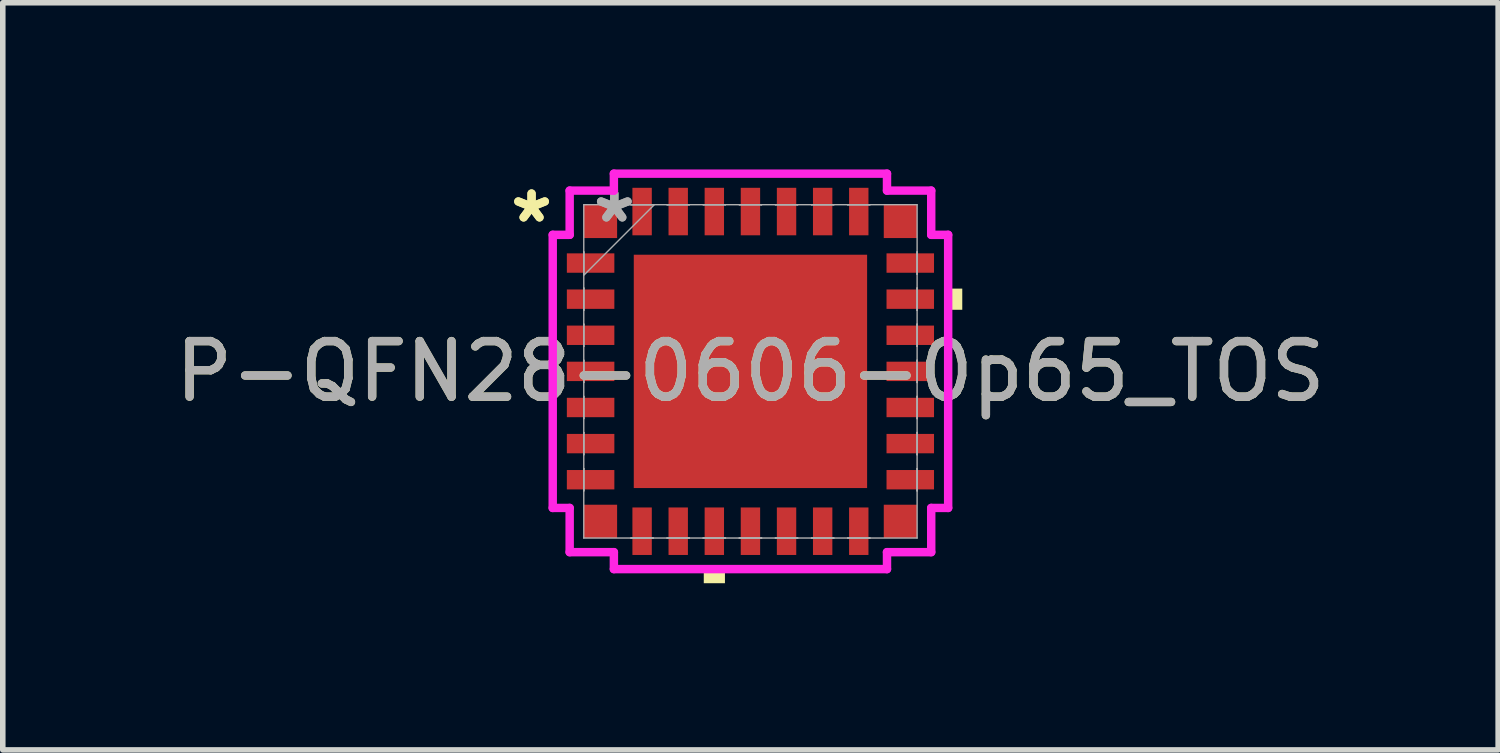
<source format=kicad_pcb>
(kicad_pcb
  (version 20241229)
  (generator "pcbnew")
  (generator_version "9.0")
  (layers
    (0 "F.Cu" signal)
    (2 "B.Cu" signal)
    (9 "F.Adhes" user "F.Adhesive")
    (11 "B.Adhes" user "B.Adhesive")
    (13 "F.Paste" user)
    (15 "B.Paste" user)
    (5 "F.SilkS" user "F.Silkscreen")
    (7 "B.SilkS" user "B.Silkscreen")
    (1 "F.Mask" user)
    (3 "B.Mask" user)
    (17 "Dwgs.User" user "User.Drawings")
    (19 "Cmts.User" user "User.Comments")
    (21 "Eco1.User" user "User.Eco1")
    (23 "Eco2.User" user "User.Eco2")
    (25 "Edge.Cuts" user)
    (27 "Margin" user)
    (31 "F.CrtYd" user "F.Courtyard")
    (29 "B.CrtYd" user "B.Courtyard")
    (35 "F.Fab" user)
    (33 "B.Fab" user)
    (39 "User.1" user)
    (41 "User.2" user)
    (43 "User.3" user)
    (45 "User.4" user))
  (footprint "P-QFN28-0606-0p65_TOS"
    (layer "F.Cu")
    (at 10.458 3.635)
    (property "Reference" "P-QFN28-0606-0p65_TOS" (at 0 0 0) (unlocked yes) (layer "F.SilkS") (effects (font (size 1 1) (thickness 0.15))))
    (attr smd)
    (fp_poly (pts (xy -0.84 3.559) (xy -0.84 3.813) (xy -0.459 3.813) (xy -0.459 3.559)) (stroke (width 0) (type solid)) (fill yes) (layer "F.SilkS"))
    (fp_poly (pts (xy 3.813 -1.49) (xy 3.813 -1.109) (xy 3.559 -1.109) (xy 3.559 -1.49)) (stroke (width 0) (type solid)) (fill yes) (layer "F.SilkS"))
    (fp_poly (pts (xy -2 -2) (xy -2 -0.8) (xy -0.8 -0.8) (xy -0.8 -2)) (stroke (width 0) (type solid)) (fill yes) (layer "F.Paste"))
    (fp_poly (pts (xy -2 -0.6) (xy -2 0.6) (xy -0.8 0.6) (xy -0.8 -0.6)) (stroke (width 0) (type solid)) (fill yes) (layer "F.Paste"))
    (fp_poly (pts (xy -2 0.8) (xy -2 2) (xy -0.8 2) (xy -0.8 0.8)) (stroke (width 0) (type solid)) (fill yes) (layer "F.Paste"))
    (fp_poly (pts (xy -0.6 -2) (xy -0.6 -0.8) (xy 0.6 -0.8) (xy 0.6 -2)) (stroke (width 0) (type solid)) (fill yes) (layer "F.Paste"))
    (fp_poly (pts (xy -0.6 -0.6) (xy -0.6 0.6) (xy 0.6 0.6) (xy 0.6 -0.6)) (stroke (width 0) (type solid)) (fill yes) (layer "F.Paste"))
    (fp_poly (pts (xy -0.6 0.8) (xy -0.6 2) (xy 0.6 2) (xy 0.6 0.8)) (stroke (width 0) (type solid)) (fill yes) (layer "F.Paste"))
    (fp_poly (pts (xy 0.8 -2) (xy 0.8 -0.8) (xy 2 -0.8) (xy 2 -2)) (stroke (width 0) (type solid)) (fill yes) (layer "F.Paste"))
    (fp_poly (pts (xy 0.8 -0.6) (xy 0.8 0.6) (xy 2 0.6) (xy 2 -0.6)) (stroke (width 0) (type solid)) (fill yes) (layer "F.Paste"))
    (fp_poly (pts (xy 0.8 0.8) (xy 0.8 2) (xy 2 2) (xy 2 0.8)) (stroke (width 0) (type solid)) (fill yes) (layer "F.Paste"))
    (fp_line (start -3.559 -2.458) (end -3.254 -2.458) (stroke (width 0.152) (type solid)) (layer "F.CrtYd"))
    (fp_line (start -3.559 2.458) (end -3.559 -2.458) (stroke (width 0.152) (type solid)) (layer "F.CrtYd"))
    (fp_line (start -3.559 2.458) (end -3.254 2.458) (stroke (width 0.152) (type solid)) (layer "F.CrtYd"))
    (fp_line (start -3.254 -3.254) (end -2.458 -3.254) (stroke (width 0.152) (type solid)) (layer "F.CrtYd"))
    (fp_line (start -3.254 -2.458) (end -3.254 -3.254) (stroke (width 0.152) (type solid)) (layer "F.CrtYd"))
    (fp_line (start -3.254 3.254) (end -3.254 2.458) (stroke (width 0.152) (type solid)) (layer "F.CrtYd"))
    (fp_line (start -2.458 -3.559) (end 2.458 -3.559) (stroke (width 0.152) (type solid)) (layer "F.CrtYd"))
    (fp_line (start -2.458 -3.254) (end -2.458 -3.559) (stroke (width 0.152) (type solid)) (layer "F.CrtYd"))
    (fp_line (start -2.458 3.254) (end -3.254 3.254) (stroke (width 0.152) (type solid)) (layer "F.CrtYd"))
    (fp_line (start -2.458 3.559) (end -2.458 3.254) (stroke (width 0.152) (type solid)) (layer "F.CrtYd"))
    (fp_line (start 2.458 -3.559) (end 2.458 -3.254) (stroke (width 0.152) (type solid)) (layer "F.CrtYd"))
    (fp_line (start 2.458 -3.254) (end 3.254 -3.254) (stroke (width 0.152) (type solid)) (layer "F.CrtYd"))
    (fp_line (start 2.458 3.254) (end 2.458 3.559) (stroke (width 0.152) (type solid)) (layer "F.CrtYd"))
    (fp_line (start 2.458 3.559) (end -2.458 3.559) (stroke (width 0.152) (type solid)) (layer "F.CrtYd"))
    (fp_line (start 3.254 -3.254) (end 3.254 -2.458) (stroke (width 0.152) (type solid)) (layer "F.CrtYd"))
    (fp_line (start 3.254 -2.458) (end 3.559 -2.458) (stroke (width 0.152) (type solid)) (layer "F.CrtYd"))
    (fp_line (start 3.254 2.458) (end 3.254 3.254) (stroke (width 0.152) (type solid)) (layer "F.CrtYd"))
    (fp_line (start 3.254 3.254) (end 2.458 3.254) (stroke (width 0.152) (type solid)) (layer "F.CrtYd"))
    (fp_line (start 3.559 -2.458) (end 3.559 2.458) (stroke (width 0.152) (type solid)) (layer "F.CrtYd"))
    (fp_line (start 3.559 2.458) (end 3.254 2.458) (stroke (width 0.152) (type solid)) (layer "F.CrtYd"))
    (fp_line (start -3 -3) (end -3 3) (stroke (width 0.025) (type solid)) (layer "F.Fab"))
    (fp_line (start -3 -2.15) (end -3 -2.15) (stroke (width 0.025) (type solid)) (layer "F.Fab"))
    (fp_line (start -3 -2.15) (end -3 -1.75) (stroke (width 0.025) (type solid)) (layer "F.Fab"))
    (fp_line (start -3 -1.75) (end -3 -2.15) (stroke (width 0.025) (type solid)) (layer "F.Fab"))
    (fp_line (start -3 -1.75) (end -3 -1.75) (stroke (width 0.025) (type solid)) (layer "F.Fab"))
    (fp_line (start -3 -1.73) (end -1.73 -3) (stroke (width 0.025) (type solid)) (layer "F.Fab"))
    (fp_line (start -3 -1.5) (end -3 -1.5) (stroke (width 0.025) (type solid)) (layer "F.Fab"))
    (fp_line (start -3 -1.5) (end -3 -1.1) (stroke (width 0.025) (type solid)) (layer "F.Fab"))
    (fp_line (start -3 -1.1) (end -3 -1.5) (stroke (width 0.025) (type solid)) (layer "F.Fab"))
    (fp_line (start -3 -1.1) (end -3 -1.1) (stroke (width 0.025) (type solid)) (layer "F.Fab"))
    (fp_line (start -3 -0.85) (end -3 -0.85) (stroke (width 0.025) (type solid)) (layer "F.Fab"))
    (fp_line (start -3 -0.85) (end -3 -0.45) (stroke (width 0.025) (type solid)) (layer "F.Fab"))
    (fp_line (start -3 -0.45) (end -3 -0.85) (stroke (width 0.025) (type solid)) (layer "F.Fab"))
    (fp_line (start -3 -0.45) (end -3 -0.45) (stroke (width 0.025) (type solid)) (layer "F.Fab"))
    (fp_line (start -3 -0.2) (end -3 -0.2) (stroke (width 0.025) (type solid)) (layer "F.Fab"))
    (fp_line (start -3 -0.2) (end -3 0.2) (stroke (width 0.025) (type solid)) (layer "F.Fab"))
    (fp_line (start -3 0.2) (end -3 -0.2) (stroke (width 0.025) (type solid)) (layer "F.Fab"))
    (fp_line (start -3 0.2) (end -3 0.2) (stroke (width 0.025) (type solid)) (layer "F.Fab"))
    (fp_line (start -3 0.45) (end -3 0.45) (stroke (width 0.025) (type solid)) (layer "F.Fab"))
    (fp_line (start -3 0.45) (end -3 0.85) (stroke (width 0.025) (type solid)) (layer "F.Fab"))
    (fp_line (start -3 0.85) (end -3 0.45) (stroke (width 0.025) (type solid)) (layer "F.Fab"))
    (fp_line (start -3 0.85) (end -3 0.85) (stroke (width 0.025) (type solid)) (layer "F.Fab"))
    (fp_line (start -3 1.1) (end -3 1.1) (stroke (width 0.025) (type solid)) (layer "F.Fab"))
    (fp_line (start -3 1.1) (end -3 1.5) (stroke (width 0.025) (type solid)) (layer "F.Fab"))
    (fp_line (start -3 1.5) (end -3 1.1) (stroke (width 0.025) (type solid)) (layer "F.Fab"))
    (fp_line (start -3 1.5) (end -3 1.5) (stroke (width 0.025) (type solid)) (layer "F.Fab"))
    (fp_line (start -3 1.75) (end -3 1.75) (stroke (width 0.025) (type solid)) (layer "F.Fab"))
    (fp_line (start -3 1.75) (end -3 2.15) (stroke (width 0.025) (type solid)) (layer "F.Fab"))
    (fp_line (start -3 2.15) (end -3 1.75) (stroke (width 0.025) (type solid)) (layer "F.Fab"))
    (fp_line (start -3 2.15) (end -3 2.15) (stroke (width 0.025) (type solid)) (layer "F.Fab"))
    (fp_line (start -3 3) (end 3 3) (stroke (width 0.025) (type solid)) (layer "F.Fab"))
    (fp_line (start -2.15 -3) (end -2.15 -3) (stroke (width 0.025) (type solid)) (layer "F.Fab"))
    (fp_line (start -2.15 -3) (end -1.75 -3) (stroke (width 0.025) (type solid)) (layer "F.Fab"))
    (fp_line (start -2.15 3) (end -2.15 3) (stroke (width 0.025) (type solid)) (layer "F.Fab"))
    (fp_line (start -2.15 3) (end -1.75 3) (stroke (width 0.025) (type solid)) (layer "F.Fab"))
    (fp_line (start -1.75 -3) (end -2.15 -3) (stroke (width 0.025) (type solid)) (layer "F.Fab"))
    (fp_line (start -1.75 -3) (end -1.75 -3) (stroke (width 0.025) (type solid)) (layer "F.Fab"))
    (fp_line (start -1.75 3) (end -2.15 3) (stroke (width 0.025) (type solid)) (layer "F.Fab"))
    (fp_line (start -1.75 3) (end -1.75 3) (stroke (width 0.025) (type solid)) (layer "F.Fab"))
    (fp_line (start -1.5 -3) (end -1.5 -3) (stroke (width 0.025) (type solid)) (layer "F.Fab"))
    (fp_line (start -1.5 -3) (end -1.1 -3) (stroke (width 0.025) (type solid)) (layer "F.Fab"))
    (fp_line (start -1.5 3) (end -1.5 3) (stroke (width 0.025) (type solid)) (layer "F.Fab"))
    (fp_line (start -1.5 3) (end -1.1 3) (stroke (width 0.025) (type solid)) (layer "F.Fab"))
    (fp_line (start -1.1 -3) (end -1.5 -3) (stroke (width 0.025) (type solid)) (layer "F.Fab"))
    (fp_line (start -1.1 -3) (end -1.1 -3) (stroke (width 0.025) (type solid)) (layer "F.Fab"))
    (fp_line (start -1.1 3) (end -1.5 3) (stroke (width 0.025) (type solid)) (layer "F.Fab"))
    (fp_line (start -1.1 3) (end -1.1 3) (stroke (width 0.025) (type solid)) (layer "F.Fab"))
    (fp_line (start -0.85 -3) (end -0.85 -3) (stroke (width 0.025) (type solid)) (layer "F.Fab"))
    (fp_line (start -0.85 -3) (end -0.45 -3) (stroke (width 0.025) (type solid)) (layer "F.Fab"))
    (fp_line (start -0.85 3) (end -0.85 3) (stroke (width 0.025) (type solid)) (layer "F.Fab"))
    (fp_line (start -0.85 3) (end -0.45 3) (stroke (width 0.025) (type solid)) (layer "F.Fab"))
    (fp_line (start -0.45 -3) (end -0.85 -3) (stroke (width 0.025) (type solid)) (layer "F.Fab"))
    (fp_line (start -0.45 -3) (end -0.45 -3) (stroke (width 0.025) (type solid)) (layer "F.Fab"))
    (fp_line (start -0.45 3) (end -0.85 3) (stroke (width 0.025) (type solid)) (layer "F.Fab"))
    (fp_line (start -0.45 3) (end -0.45 3) (stroke (width 0.025) (type solid)) (layer "F.Fab"))
    (fp_line (start -0.2 -3) (end -0.2 -3) (stroke (width 0.025) (type solid)) (layer "F.Fab"))
    (fp_line (start -0.2 -3) (end 0.2 -3) (stroke (width 0.025) (type solid)) (layer "F.Fab"))
    (fp_line (start -0.2 3) (end -0.2 3) (stroke (width 0.025) (type solid)) (layer "F.Fab"))
    (fp_line (start -0.2 3) (end 0.2 3) (stroke (width 0.025) (type solid)) (layer "F.Fab"))
    (fp_line (start 0.2 -3) (end -0.2 -3) (stroke (width 0.025) (type solid)) (layer "F.Fab"))
    (fp_line (start 0.2 -3) (end 0.2 -3) (stroke (width 0.025) (type solid)) (layer "F.Fab"))
    (fp_line (start 0.2 3) (end -0.2 3) (stroke (width 0.025) (type solid)) (layer "F.Fab"))
    (fp_line (start 0.2 3) (end 0.2 3) (stroke (width 0.025) (type solid)) (layer "F.Fab"))
    (fp_line (start 0.45 -3) (end 0.45 -3) (stroke (width 0.025) (type solid)) (layer "F.Fab"))
    (fp_line (start 0.45 -3) (end 0.85 -3) (stroke (width 0.025) (type solid)) (layer "F.Fab"))
    (fp_line (start 0.45 3) (end 0.45 3) (stroke (width 0.025) (type solid)) (layer "F.Fab"))
    (fp_line (start 0.45 3) (end 0.85 3) (stroke (width 0.025) (type solid)) (layer "F.Fab"))
    (fp_line (start 0.85 -3) (end 0.45 -3) (stroke (width 0.025) (type solid)) (layer "F.Fab"))
    (fp_line (start 0.85 -3) (end 0.85 -3) (stroke (width 0.025) (type solid)) (layer "F.Fab"))
    (fp_line (start 0.85 3) (end 0.45 3) (stroke (width 0.025) (type solid)) (layer "F.Fab"))
    (fp_line (start 0.85 3) (end 0.85 3) (stroke (width 0.025) (type solid)) (layer "F.Fab"))
    (fp_line (start 1.1 -3) (end 1.1 -3) (stroke (width 0.025) (type solid)) (layer "F.Fab"))
    (fp_line (start 1.1 -3) (end 1.5 -3) (stroke (width 0.025) (type solid)) (layer "F.Fab"))
    (fp_line (start 1.1 3) (end 1.1 3) (stroke (width 0.025) (type solid)) (layer "F.Fab"))
    (fp_line (start 1.1 3) (end 1.5 3) (stroke (width 0.025) (type solid)) (layer "F.Fab"))
    (fp_line (start 1.5 -3) (end 1.1 -3) (stroke (width 0.025) (type solid)) (layer "F.Fab"))
    (fp_line (start 1.5 -3) (end 1.5 -3) (stroke (width 0.025) (type solid)) (layer "F.Fab"))
    (fp_line (start 1.5 3) (end 1.1 3) (stroke (width 0.025) (type solid)) (layer "F.Fab"))
    (fp_line (start 1.5 3) (end 1.5 3) (stroke (width 0.025) (type solid)) (layer "F.Fab"))
    (fp_line (start 1.75 -3) (end 1.75 -3) (stroke (width 0.025) (type solid)) (layer "F.Fab"))
    (fp_line (start 1.75 -3) (end 2.15 -3) (stroke (width 0.025) (type solid)) (layer "F.Fab"))
    (fp_line (start 1.75 3) (end 1.75 3) (stroke (width 0.025) (type solid)) (layer "F.Fab"))
    (fp_line (start 1.75 3) (end 2.15 3) (stroke (width 0.025) (type solid)) (layer "F.Fab"))
    (fp_line (start 2.15 -3) (end 1.75 -3) (stroke (width 0.025) (type solid)) (layer "F.Fab"))
    (fp_line (start 2.15 -3) (end 2.15 -3) (stroke (width 0.025) (type solid)) (layer "F.Fab"))
    (fp_line (start 2.15 3) (end 1.75 3) (stroke (width 0.025) (type solid)) (layer "F.Fab"))
    (fp_line (start 2.15 3) (end 2.15 3) (stroke (width 0.025) (type solid)) (layer "F.Fab"))
    (fp_line (start 3 -3) (end -3 -3) (stroke (width 0.025) (type solid)) (layer "F.Fab"))
    (fp_line (start 3 -2.15) (end 3 -2.15) (stroke (width 0.025) (type solid)) (layer "F.Fab"))
    (fp_line (start 3 -2.15) (end 3 -1.75) (stroke (width 0.025) (type solid)) (layer "F.Fab"))
    (fp_line (start 3 -1.75) (end 3 -2.15) (stroke (width 0.025) (type solid)) (layer "F.Fab"))
    (fp_line (start 3 -1.75) (end 3 -1.75) (stroke (width 0.025) (type solid)) (layer "F.Fab"))
    (fp_line (start 3 -1.5) (end 3 -1.5) (stroke (width 0.025) (type solid)) (layer "F.Fab"))
    (fp_line (start 3 -1.5) (end 3 -1.1) (stroke (width 0.025) (type solid)) (layer "F.Fab"))
    (fp_line (start 3 -1.1) (end 3 -1.5) (stroke (width 0.025) (type solid)) (layer "F.Fab"))
    (fp_line (start 3 -1.1) (end 3 -1.1) (stroke (width 0.025) (type solid)) (layer "F.Fab"))
    (fp_line (start 3 -0.85) (end 3 -0.85) (stroke (width 0.025) (type solid)) (layer "F.Fab"))
    (fp_line (start 3 -0.85) (end 3 -0.45) (stroke (width 0.025) (type solid)) (layer "F.Fab"))
    (fp_line (start 3 -0.45) (end 3 -0.85) (stroke (width 0.025) (type solid)) (layer "F.Fab"))
    (fp_line (start 3 -0.45) (end 3 -0.45) (stroke (width 0.025) (type solid)) (layer "F.Fab"))
    (fp_line (start 3 -0.2) (end 3 -0.2) (stroke (width 0.025) (type solid)) (layer "F.Fab"))
    (fp_line (start 3 -0.2) (end 3 0.2) (stroke (width 0.025) (type solid)) (layer "F.Fab"))
    (fp_line (start 3 0.2) (end 3 -0.2) (stroke (width 0.025) (type solid)) (layer "F.Fab"))
    (fp_line (start 3 0.2) (end 3 0.2) (stroke (width 0.025) (type solid)) (layer "F.Fab"))
    (fp_line (start 3 0.45) (end 3 0.45) (stroke (width 0.025) (type solid)) (layer "F.Fab"))
    (fp_line (start 3 0.45) (end 3 0.85) (stroke (width 0.025) (type solid)) (layer "F.Fab"))
    (fp_line (start 3 0.85) (end 3 0.45) (stroke (width 0.025) (type solid)) (layer "F.Fab"))
    (fp_line (start 3 0.85) (end 3 0.85) (stroke (width 0.025) (type solid)) (layer "F.Fab"))
    (fp_line (start 3 1.1) (end 3 1.1) (stroke (width 0.025) (type solid)) (layer "F.Fab"))
    (fp_line (start 3 1.1) (end 3 1.5) (stroke (width 0.025) (type solid)) (layer "F.Fab"))
    (fp_line (start 3 1.5) (end 3 1.1) (stroke (width 0.025) (type solid)) (layer "F.Fab"))
    (fp_line (start 3 1.5) (end 3 1.5) (stroke (width 0.025) (type solid)) (layer "F.Fab"))
    (fp_line (start 3 1.75) (end 3 1.75) (stroke (width 0.025) (type solid)) (layer "F.Fab"))
    (fp_line (start 3 1.75) (end 3 2.15) (stroke (width 0.025) (type solid)) (layer "F.Fab"))
    (fp_line (start 3 2.15) (end 3 1.75) (stroke (width 0.025) (type solid)) (layer "F.Fab"))
    (fp_line (start 3 2.15) (end 3 2.15) (stroke (width 0.025) (type solid)) (layer "F.Fab"))
    (fp_line (start 3 3) (end 3 -3) (stroke (width 0.025) (type solid)) (layer "F.Fab"))
    (fp_text user "*" (at -3.94 -2.656 0) (unlocked yes) (layer "F.SilkS") (effects (font (size 1 1) (thickness 0.15))))
    (fp_text user "*" (at -3.94 -2.656 0) (layer "F.SilkS") (effects (font (size 1 1) (thickness 0.15))))
    (fp_text user "${REFERENCE}" (at 0 0 0) (unlocked yes) (layer "F.Fab") (effects (font (size 1 1) (thickness 0.15))))
    (fp_text user "*" (at -2.45 -2.656 0) (unlocked yes) (layer "F.Fab") (effects (font (size 1 1) (thickness 0.15))))
    (fp_text user "*" (at -2.45 -2.656 0) (layer "F.Fab") (effects (font (size 1 1) (thickness 0.15))))
    (pad "1" smd rect (at -2.877 -1.95 90) (size 0.349 0.855) (layers "F.Cu" "F.Mask" "F.Paste"))
    (pad "2" smd rect (at -2.877 -1.3 90) (size 0.349 0.855) (layers "F.Cu" "F.Mask" "F.Paste"))
    (pad "3" smd rect (at -2.877 -0.65 90) (size 0.349 0.855) (layers "F.Cu" "F.Mask" "F.Paste"))
    (pad "4" smd rect (at -2.877 0 90) (size 0.349 0.855) (layers "F.Cu" "F.Mask" "F.Paste"))
    (pad "5" smd rect (at -2.877 0.65 90) (size 0.349 0.855) (layers "F.Cu" "F.Mask" "F.Paste"))
    (pad "6" smd rect (at -2.877 1.3 90) (size 0.349 0.855) (layers "F.Cu" "F.Mask" "F.Paste"))
    (pad "7" smd rect (at -2.877 1.95 90) (size 0.349 0.855) (layers "F.Cu" "F.Mask" "F.Paste"))
    (pad "8" smd rect (at -1.95 2.877) (size 0.349 0.855) (layers "F.Cu" "F.Mask" "F.Paste"))
    (pad "9" smd rect (at -1.3 2.877) (size 0.349 0.855) (layers "F.Cu" "F.Mask" "F.Paste"))
    (pad "10" smd rect (at -0.65 2.877) (size 0.349 0.855) (layers "F.Cu" "F.Mask" "F.Paste"))
    (pad "11" smd rect (at 0 2.877) (size 0.349 0.855) (layers "F.Cu" "F.Mask" "F.Paste"))
    (pad "12" smd rect (at 0.65 2.877) (size 0.349 0.855) (layers "F.Cu" "F.Mask" "F.Paste"))
    (pad "13" smd rect (at 1.3 2.877) (size 0.349 0.855) (layers "F.Cu" "F.Mask" "F.Paste"))
    (pad "14" smd rect (at 1.95 2.877) (size 0.349 0.855) (layers "F.Cu" "F.Mask" "F.Paste"))
    (pad "15" smd rect (at 2.877 1.95 90) (size 0.349 0.855) (layers "F.Cu" "F.Mask" "F.Paste"))
    (pad "16" smd rect (at 2.877 1.3 90) (size 0.349 0.855) (layers "F.Cu" "F.Mask" "F.Paste"))
    (pad "17" smd rect (at 2.877 0.65 90) (size 0.349 0.855) (layers "F.Cu" "F.Mask" "F.Paste"))
    (pad "18" smd rect (at 2.877 0 90) (size 0.349 0.855) (layers "F.Cu" "F.Mask" "F.Paste"))
    (pad "19" smd rect (at 2.877 -0.65 90) (size 0.349 0.855) (layers "F.Cu" "F.Mask" "F.Paste"))
    (pad "20" smd rect (at 2.877 -1.3 90) (size 0.349 0.855) (layers "F.Cu" "F.Mask" "F.Paste"))
    (pad "21" smd rect (at 2.877 -1.95 90) (size 0.349 0.855) (layers "F.Cu" "F.Mask" "F.Paste"))
    (pad "22" smd rect (at 1.95 -2.877) (size 0.349 0.855) (layers "F.Cu" "F.Mask" "F.Paste"))
    (pad "23" smd rect (at 1.3 -2.877) (size 0.349 0.855) (layers "F.Cu" "F.Mask" "F.Paste"))
    (pad "24" smd rect (at 0.65 -2.877) (size 0.349 0.855) (layers "F.Cu" "F.Mask" "F.Paste"))
    (pad "25" smd rect (at 0 -2.877) (size 0.349 0.855) (layers "F.Cu" "F.Mask" "F.Paste"))
    (pad "26" smd rect (at -0.65 -2.877) (size 0.349 0.855) (layers "F.Cu" "F.Mask" "F.Paste"))
    (pad "27" smd rect (at -1.3 -2.877) (size 0.349 0.855) (layers "F.Cu" "F.Mask" "F.Paste"))
    (pad "28" smd rect (at -1.95 -2.877) (size 0.349 0.855) (layers "F.Cu" "F.Mask" "F.Paste"))
    (pad "29" smd rect (at -2.7 -2.7) (size 0.6 0.6) (layers "F.Cu" "F.Mask" "F.Paste"))
    (pad "30" smd rect (at -2.7 2.7) (size 0.6 0.6) (layers "F.Cu" "F.Mask" "F.Paste"))
    (pad "31" smd rect (at 2.7 2.7) (size 0.6 0.6) (layers "F.Cu" "F.Mask" "F.Paste"))
    (pad "32" smd rect (at 2.7 -2.7) (size 0.6 0.6) (layers "F.Cu" "F.Mask" "F.Paste"))
    (pad "33" smd rect (at 0 0) (size 4.2 4.2) (layers "F.Cu" "F.Mask" "F.Paste")))
  (gr_rect
    (start -3 -3)
    (end 23.917 10.448)
    (stroke (width 0.1) (type default))
    (fill no)
    (layer "Edge.Cuts")))
</source>
